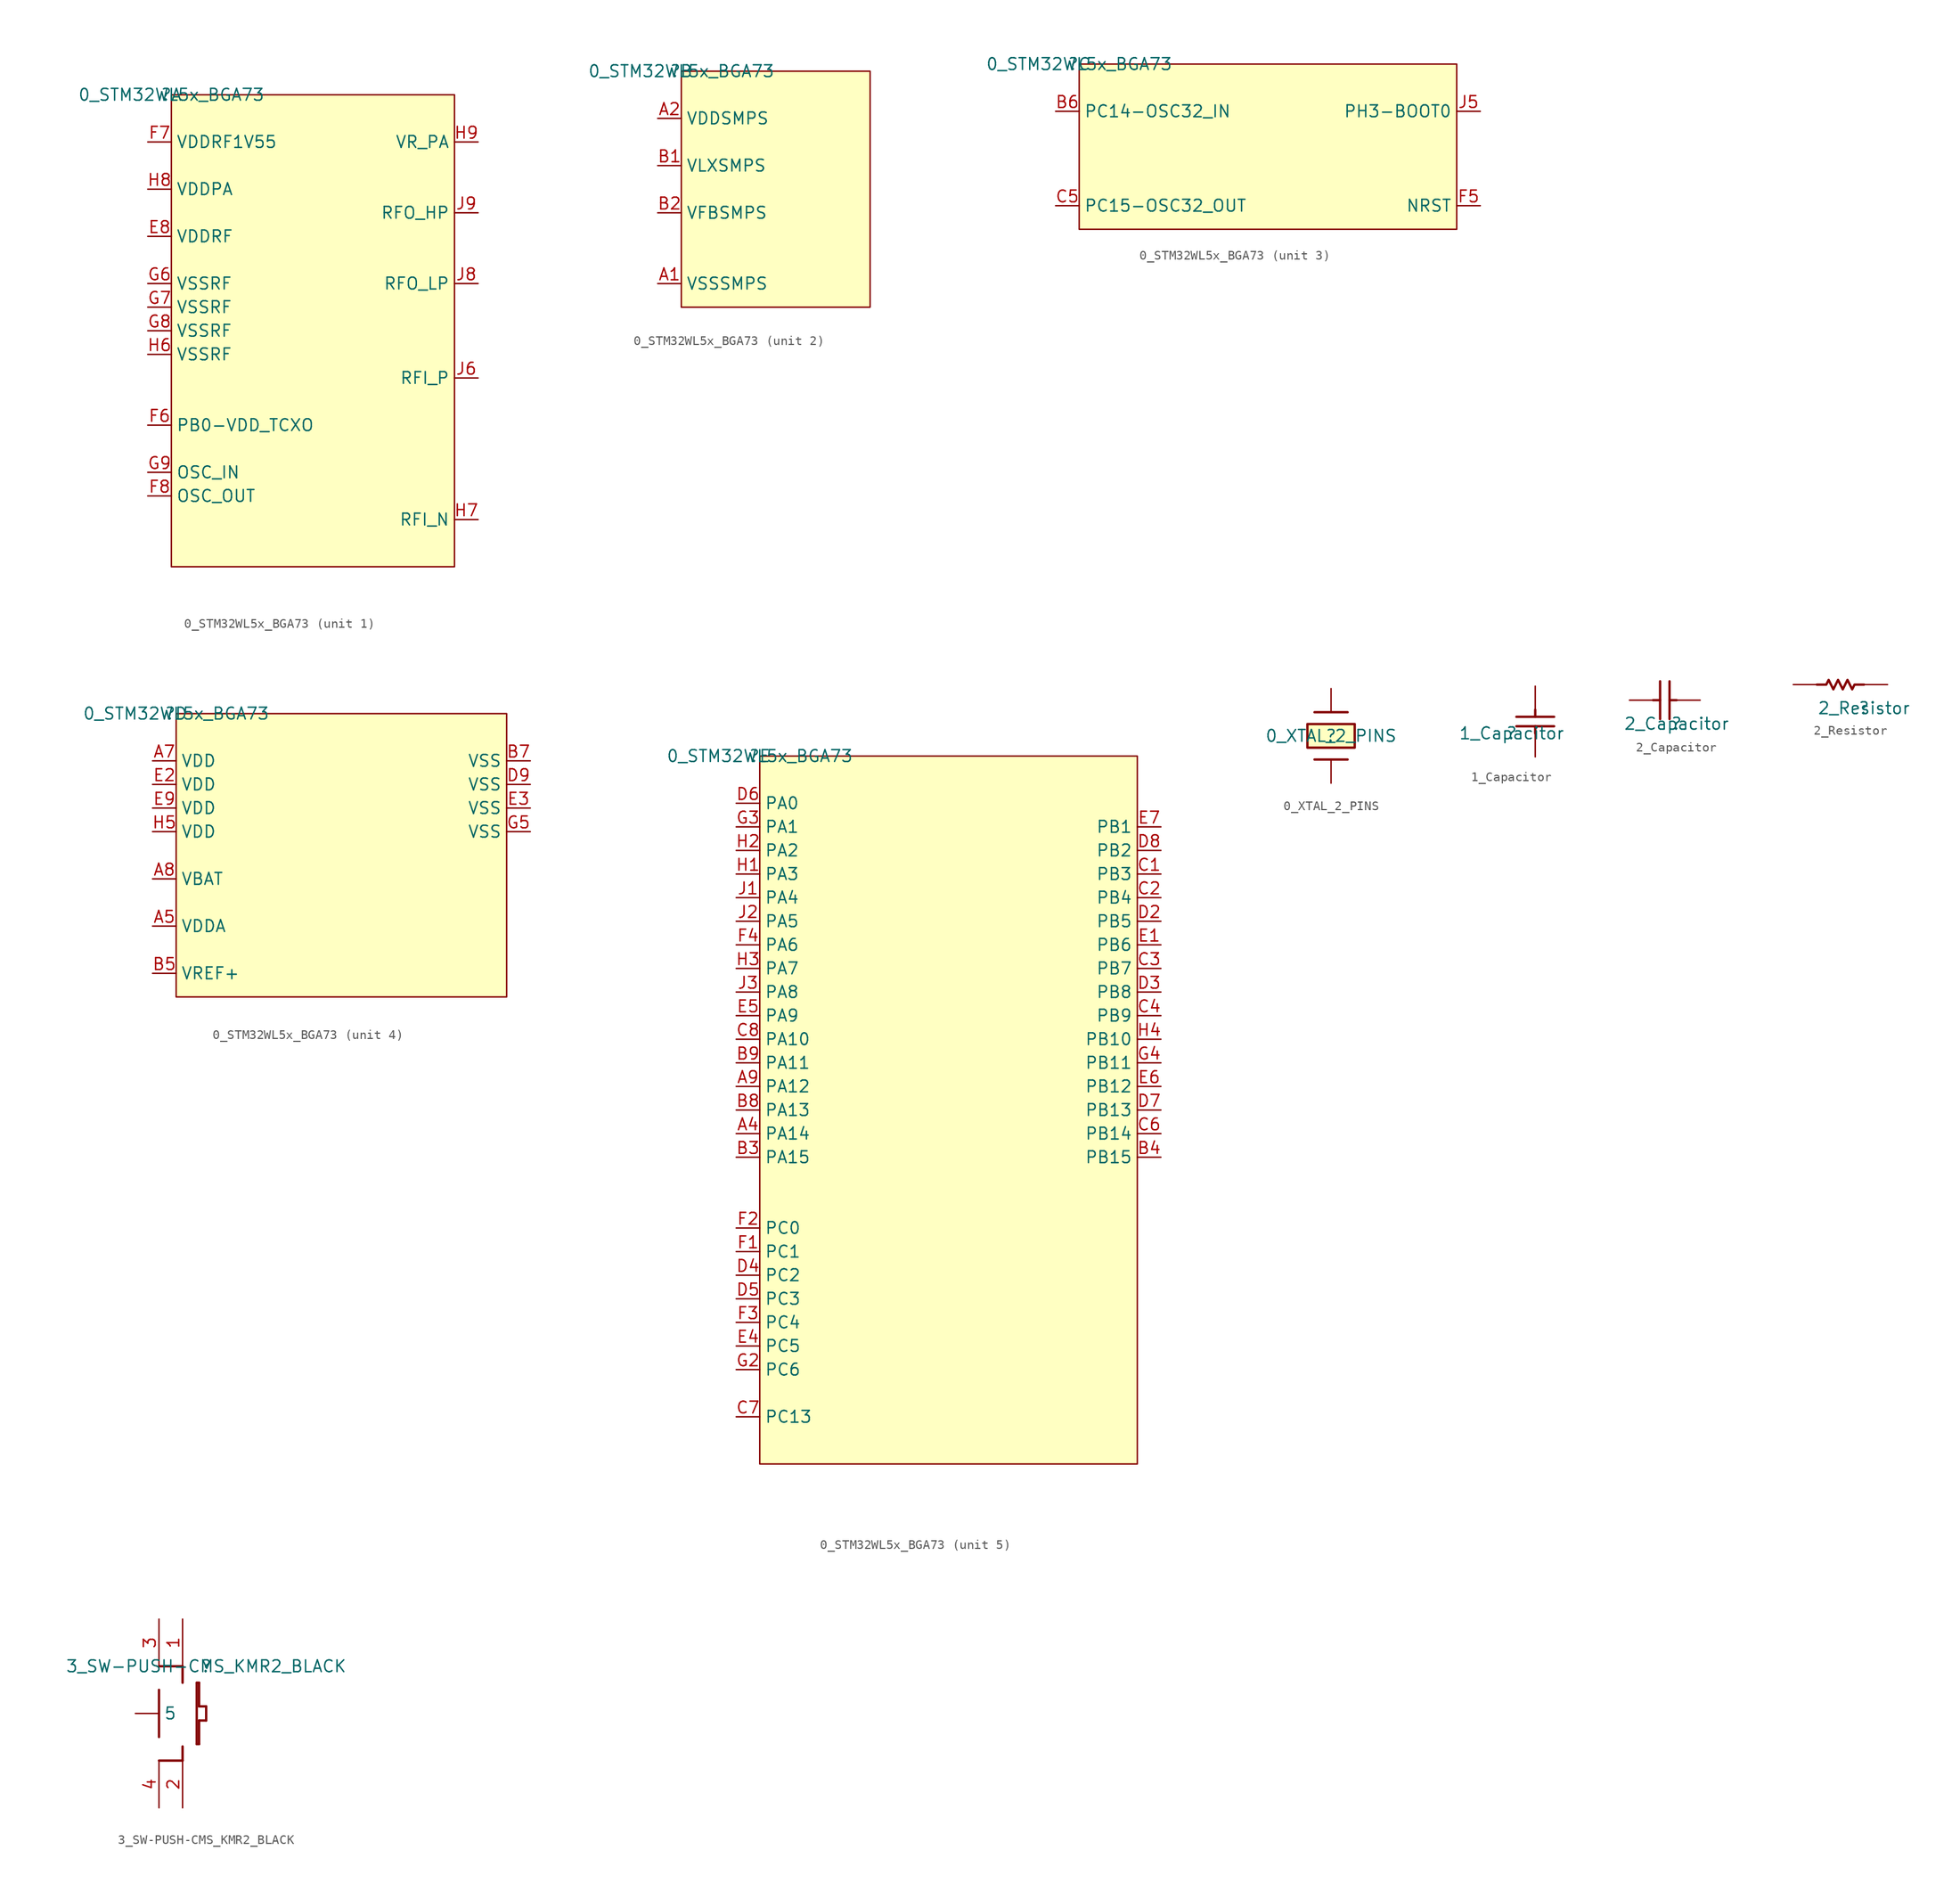
<source format=kicad_sym>
(kicad_symbol_lib
  (version 20211014)
  (generator kicad_symbol_editor)
  (symbol "0_STM32WL5x_BGA73"
    (property "Reference" ""
      (at 0 0 0)
      (effects (font (size 1.27 1.27))))
    (property "Value" "0_STM32WL5x_BGA73"
      (at 0 0 0)
      (effects (font (size 1.27 1.27))))
    (symbol "0_STM32WL5x_BGA73_1_0"
      (rectangle (start 30.48 0) (end 0 -50.8) (stroke (width 0) (type default) (color 0 0 0 0)) (fill (type background)))
      (pin passive line (at -2.54 -15.24 0) (length 2.54) (name "VDDRF" (effects (font (size 1.27 1.27)))) (number "E8" (effects (font (size 1.27 1.27)))))
      (pin passive line (at -2.54 -35.56 0) (length 2.54) (name "PB0-VDD_TCXO" (effects (font (size 1.27 1.27)))) (number "F6" (effects (font (size 1.27 1.27)))))
      (pin passive line (at -2.54 -5.08 0) (length 2.54) (name "VDDRF1V55" (effects (font (size 1.27 1.27)))) (number "F7" (effects (font (size 1.27 1.27)))))
      (pin passive line (at -2.54 -43.18 0) (length 2.54) (name "OSC_OUT" (effects (font (size 1.27 1.27)))) (number "F8" (effects (font (size 1.27 1.27)))))
      (pin passive line (at -2.54 -20.32 0) (length 2.54) (name "VSSRF" (effects (font (size 1.27 1.27)))) (number "G6" (effects (font (size 1.27 1.27)))))
      (pin passive line (at -2.54 -22.86 0) (length 2.54) (name "VSSRF" (effects (font (size 1.27 1.27)))) (number "G7" (effects (font (size 1.27 1.27)))))
      (pin passive line (at -2.54 -25.4 0) (length 2.54) (name "VSSRF" (effects (font (size 1.27 1.27)))) (number "G8" (effects (font (size 1.27 1.27)))))
      (pin passive line (at -2.54 -40.64 0) (length 2.54) (name "OSC_IN" (effects (font (size 1.27 1.27)))) (number "G9" (effects (font (size 1.27 1.27)))))
      (pin passive line (at -2.54 -27.94 0) (length 2.54) (name "VSSRF" (effects (font (size 1.27 1.27)))) (number "H6" (effects (font (size 1.27 1.27)))))
      (pin passive line (at 33.02 -45.72 180) (length 2.54) (name "RFI_N" (effects (font (size 1.27 1.27)))) (number "H7" (effects (font (size 1.27 1.27)))))
      (pin passive line (at -2.54 -10.16 0) (length 2.54) (name "VDDPA" (effects (font (size 1.27 1.27)))) (number "H8" (effects (font (size 1.27 1.27)))))
      (pin passive line (at 33.02 -5.08 180) (length 2.54) (name "VR_PA" (effects (font (size 1.27 1.27)))) (number "H9" (effects (font (size 1.27 1.27)))))
      (pin passive line (at 33.02 -30.48 180) (length 2.54) (name "RFI_P" (effects (font (size 1.27 1.27)))) (number "J6" (effects (font (size 1.27 1.27)))))
      (pin passive line (at 33.02 -20.32 180) (length 2.54) (name "RFO_LP" (effects (font (size 1.27 1.27)))) (number "J8" (effects (font (size 1.27 1.27)))))
      (pin passive line (at 33.02 -12.7 180) (length 2.54) (name "RFO_HP" (effects (font (size 1.27 1.27)))) (number "J9" (effects (font (size 1.27 1.27))))))
    (symbol "0_STM32WL5x_BGA73_2_0"
      (rectangle (start 20.32 0) (end 0 -25.4) (stroke (width 0) (type default) (color 0 0 0 0)) (fill (type background)))
      (pin passive line (at -2.54 -22.86 0) (length 2.54) (name "VSSSMPS" (effects (font (size 1.27 1.27)))) (number "A1" (effects (font (size 1.27 1.27)))))
      (pin passive line (at -2.54 -5.08 0) (length 2.54) (name "VDDSMPS" (effects (font (size 1.27 1.27)))) (number "A2" (effects (font (size 1.27 1.27)))))
      (pin passive line (at -2.54 -10.16 0) (length 2.54) (name "VLXSMPS" (effects (font (size 1.27 1.27)))) (number "B1" (effects (font (size 1.27 1.27)))))
      (pin passive line (at -2.54 -15.24 0) (length 2.54) (name "VFBSMPS" (effects (font (size 1.27 1.27)))) (number "B2" (effects (font (size 1.27 1.27))))))
    (symbol "0_STM32WL5x_BGA73_3_0"
      (rectangle (start 40.64 0) (end 0 -17.78) (stroke (width 0) (type default) (color 0 0 0 0)) (fill (type background)))
      (pin passive line (at -2.54 -5.08 0) (length 2.54) (name "PC14-OSC32_IN" (effects (font (size 1.27 1.27)))) (number "B6" (effects (font (size 1.27 1.27)))))
      (pin passive line (at -2.54 -15.24 0) (length 2.54) (name "PC15-OSC32_OUT" (effects (font (size 1.27 1.27)))) (number "C5" (effects (font (size 1.27 1.27)))))
      (pin passive line (at 43.18 -15.24 180) (length 2.54) (name "NRST" (effects (font (size 1.27 1.27)))) (number "F5" (effects (font (size 1.27 1.27)))))
      (pin passive line (at 43.18 -5.08 180) (length 2.54) (name "PH3-BOOT0" (effects (font (size 1.27 1.27)))) (number "J5" (effects (font (size 1.27 1.27))))))
    (symbol "0_STM32WL5x_BGA73_4_0"
      (rectangle (start 35.56 0) (end 0 -30.48) (stroke (width 0) (type default) (color 0 0 0 0)) (fill (type background)))
      (pin passive line (at -2.54 -22.86 0) (length 2.54) (name "VDDA" (effects (font (size 1.27 1.27)))) (number "A5" (effects (font (size 1.27 1.27)))))
      (pin passive line (at -2.54 -5.08 0) (length 2.54) (name "VDD" (effects (font (size 1.27 1.27)))) (number "A7" (effects (font (size 1.27 1.27)))))
      (pin passive line (at -2.54 -17.78 0) (length 2.54) (name "VBAT" (effects (font (size 1.27 1.27)))) (number "A8" (effects (font (size 1.27 1.27)))))
      (pin passive line (at -2.54 -27.94 0) (length 2.54) (name "VREF+" (effects (font (size 1.27 1.27)))) (number "B5" (effects (font (size 1.27 1.27)))))
      (pin passive line (at 38.1 -5.08 180) (length 2.54) (name "VSS" (effects (font (size 1.27 1.27)))) (number "B7" (effects (font (size 1.27 1.27)))))
      (pin passive line (at 38.1 -7.62 180) (length 2.54) (name "VSS" (effects (font (size 1.27 1.27)))) (number "D9" (effects (font (size 1.27 1.27)))))
      (pin passive line (at -2.54 -7.62 0) (length 2.54) (name "VDD" (effects (font (size 1.27 1.27)))) (number "E2" (effects (font (size 1.27 1.27)))))
      (pin passive line (at 38.1 -10.16 180) (length 2.54) (name "VSS" (effects (font (size 1.27 1.27)))) (number "E3" (effects (font (size 1.27 1.27)))))
      (pin passive line (at -2.54 -10.16 0) (length 2.54) (name "VDD" (effects (font (size 1.27 1.27)))) (number "E9" (effects (font (size 1.27 1.27)))))
      (pin passive line (at 38.1 -12.7 180) (length 2.54) (name "VSS" (effects (font (size 1.27 1.27)))) (number "G5" (effects (font (size 1.27 1.27)))))
      (pin passive line (at -2.54 -12.7 0) (length 2.54) (name "VDD" (effects (font (size 1.27 1.27)))) (number "H5" (effects (font (size 1.27 1.27))))))
    (symbol "0_STM32WL5x_BGA73_5_0"
      (rectangle (start 40.64 0) (end 0 -76.2) (stroke (width 0) (type default) (color 0 0 0 0)) (fill (type background)))
      (pin passive line (at -2.54 -40.64 0) (length 2.54) (name "PA14" (effects (font (size 1.27 1.27)))) (number "A4" (effects (font (size 1.27 1.27)))))
      (pin passive line (at -2.54 -35.56 0) (length 2.54) (name "PA12" (effects (font (size 1.27 1.27)))) (number "A9" (effects (font (size 1.27 1.27)))))
      (pin passive line (at -2.54 -43.18 0) (length 2.54) (name "PA15" (effects (font (size 1.27 1.27)))) (number "B3" (effects (font (size 1.27 1.27)))))
      (pin passive line (at 43.18 -43.18 180) (length 2.54) (name "PB15" (effects (font (size 1.27 1.27)))) (number "B4" (effects (font (size 1.27 1.27)))))
      (pin passive line (at -2.54 -38.1 0) (length 2.54) (name "PA13" (effects (font (size 1.27 1.27)))) (number "B8" (effects (font (size 1.27 1.27)))))
      (pin passive line (at -2.54 -33.02 0) (length 2.54) (name "PA11" (effects (font (size 1.27 1.27)))) (number "B9" (effects (font (size 1.27 1.27)))))
      (pin passive line (at 43.18 -12.7 180) (length 2.54) (name "PB3" (effects (font (size 1.27 1.27)))) (number "C1" (effects (font (size 1.27 1.27)))))
      (pin passive line (at 43.18 -15.24 180) (length 2.54) (name "PB4" (effects (font (size 1.27 1.27)))) (number "C2" (effects (font (size 1.27 1.27)))))
      (pin passive line (at 43.18 -22.86 180) (length 2.54) (name "PB7" (effects (font (size 1.27 1.27)))) (number "C3" (effects (font (size 1.27 1.27)))))
      (pin passive line (at 43.18 -27.94 180) (length 2.54) (name "PB9" (effects (font (size 1.27 1.27)))) (number "C4" (effects (font (size 1.27 1.27)))))
      (pin passive line (at 43.18 -40.64 180) (length 2.54) (name "PB14" (effects (font (size 1.27 1.27)))) (number "C6" (effects (font (size 1.27 1.27)))))
      (pin passive line (at -2.54 -71.12 0) (length 2.54) (name "PC13" (effects (font (size 1.27 1.27)))) (number "C7" (effects (font (size 1.27 1.27)))))
      (pin passive line (at -2.54 -30.48 0) (length 2.54) (name "PA10" (effects (font (size 1.27 1.27)))) (number "C8" (effects (font (size 1.27 1.27)))))
      (pin passive line (at 43.18 -17.78 180) (length 2.54) (name "PB5" (effects (font (size 1.27 1.27)))) (number "D2" (effects (font (size 1.27 1.27)))))
      (pin passive line (at 43.18 -25.4 180) (length 2.54) (name "PB8" (effects (font (size 1.27 1.27)))) (number "D3" (effects (font (size 1.27 1.27)))))
      (pin passive line (at -2.54 -55.88 0) (length 2.54) (name "PC2" (effects (font (size 1.27 1.27)))) (number "D4" (effects (font (size 1.27 1.27)))))
      (pin passive line (at -2.54 -58.42 0) (length 2.54) (name "PC3" (effects (font (size 1.27 1.27)))) (number "D5" (effects (font (size 1.27 1.27)))))
      (pin passive line (at -2.54 -5.08 0) (length 2.54) (name "PA0" (effects (font (size 1.27 1.27)))) (number "D6" (effects (font (size 1.27 1.27)))))
      (pin passive line (at 43.18 -38.1 180) (length 2.54) (name "PB13" (effects (font (size 1.27 1.27)))) (number "D7" (effects (font (size 1.27 1.27)))))
      (pin passive line (at 43.18 -10.16 180) (length 2.54) (name "PB2" (effects (font (size 1.27 1.27)))) (number "D8" (effects (font (size 1.27 1.27)))))
      (pin passive line (at 43.18 -20.32 180) (length 2.54) (name "PB6" (effects (font (size 1.27 1.27)))) (number "E1" (effects (font (size 1.27 1.27)))))
      (pin passive line (at -2.54 -63.5 0) (length 2.54) (name "PC5" (effects (font (size 1.27 1.27)))) (number "E4" (effects (font (size 1.27 1.27)))))
      (pin passive line (at -2.54 -27.94 0) (length 2.54) (name "PA9" (effects (font (size 1.27 1.27)))) (number "E5" (effects (font (size 1.27 1.27)))))
      (pin passive line (at 43.18 -35.56 180) (length 2.54) (name "PB12" (effects (font (size 1.27 1.27)))) (number "E6" (effects (font (size 1.27 1.27)))))
      (pin passive line (at 43.18 -7.62 180) (length 2.54) (name "PB1" (effects (font (size 1.27 1.27)))) (number "E7" (effects (font (size 1.27 1.27)))))
      (pin passive line (at -2.54 -53.34 0) (length 2.54) (name "PC1" (effects (font (size 1.27 1.27)))) (number "F1" (effects (font (size 1.27 1.27)))))
      (pin passive line (at -2.54 -50.8 0) (length 2.54) (name "PC0" (effects (font (size 1.27 1.27)))) (number "F2" (effects (font (size 1.27 1.27)))))
      (pin passive line (at -2.54 -60.96 0) (length 2.54) (name "PC4" (effects (font (size 1.27 1.27)))) (number "F3" (effects (font (size 1.27 1.27)))))
      (pin passive line (at -2.54 -20.32 0) (length 2.54) (name "PA6" (effects (font (size 1.27 1.27)))) (number "F4" (effects (font (size 1.27 1.27)))))
      (pin passive line (at -2.54 -66.04 0) (length 2.54) (name "PC6" (effects (font (size 1.27 1.27)))) (number "G2" (effects (font (size 1.27 1.27)))))
      (pin passive line (at -2.54 -7.62 0) (length 2.54) (name "PA1" (effects (font (size 1.27 1.27)))) (number "G3" (effects (font (size 1.27 1.27)))))
      (pin passive line (at 43.18 -33.02 180) (length 2.54) (name "PB11" (effects (font (size 1.27 1.27)))) (number "G4" (effects (font (size 1.27 1.27)))))
      (pin passive line (at -2.54 -12.7 0) (length 2.54) (name "PA3" (effects (font (size 1.27 1.27)))) (number "H1" (effects (font (size 1.27 1.27)))))
      (pin passive line (at -2.54 -10.16 0) (length 2.54) (name "PA2" (effects (font (size 1.27 1.27)))) (number "H2" (effects (font (size 1.27 1.27)))))
      (pin passive line (at -2.54 -22.86 0) (length 2.54) (name "PA7" (effects (font (size 1.27 1.27)))) (number "H3" (effects (font (size 1.27 1.27)))))
      (pin passive line (at 43.18 -30.48 180) (length 2.54) (name "PB10" (effects (font (size 1.27 1.27)))) (number "H4" (effects (font (size 1.27 1.27)))))
      (pin passive line (at -2.54 -15.24 0) (length 2.54) (name "PA4" (effects (font (size 1.27 1.27)))) (number "J1" (effects (font (size 1.27 1.27)))))
      (pin passive line (at -2.54 -17.78 0) (length 2.54) (name "PA5" (effects (font (size 1.27 1.27)))) (number "J2" (effects (font (size 1.27 1.27)))))
      (pin passive line (at -2.54 -25.4 0) (length 2.54) (name "PA8" (effects (font (size 1.27 1.27)))) (number "J3" (effects (font (size 1.27 1.27)))))))
  (symbol "0_XTAL_2_PINS"
    (property "Reference" ""
      (at 0 0 0)
      (effects (font (size 1.27 1.27))))
    (property "Value" "0_XTAL_2_PINS"
      (at 0 0 0)
      (effects (font (size 1.27 1.27))))
    (symbol "0_XTAL_2_PINS_1_0"
      (polyline (pts (xy 1.778 -2.54) (xy -1.778 -2.54)) (stroke (width 0.254) (type default) (color 0 0 0 0)) (fill (type none)))
      (polyline (pts (xy 1.778 2.54) (xy -1.778 2.54)) (stroke (width 0.254) (type default) (color 0 0 0 0)) (fill (type none)))
      (rectangle (start 2.54 1.27) (end -2.54 -1.27) (stroke (width 0.254) (type default) (color 0 0 0 0)) (fill (type background)))
      (pin passive line (at 0 -5.08 90) (length 2.54) (name "X1" (effects (font (size 0 0)))) (number "1" (effects (font (size 0 0)))))
      (pin passive line (at 0 5.08 270) (length 2.54) (name "X2" (effects (font (size 0 0)))) (number "2" (effects (font (size 0 0)))))))
  (symbol "1_Capacitor"
    (property "Reference" ""
      (at 0 0 0)
      (effects (font (size 1.27 1.27))))
    (property "Value" "1_Capacitor"
      (at 0 0 0)
      (effects (font (size 1.27 1.27))))
    (symbol "1_Capacitor_1_0"
      (polyline (pts (xy 0.508 1.778) (xy 4.572 1.778)) (stroke (width 0.254) (type default) (color 0 0 0 0)) (fill (type none)))
      (polyline (pts (xy 2.54 0) (xy 2.54 0.762)) (stroke (width 0.254) (type default) (color 0 0 0 0)) (fill (type none)))
      (polyline (pts (xy 2.54 2.54) (xy 2.54 1.778)) (stroke (width 0.254) (type default) (color 0 0 0 0)) (fill (type none)))
      (polyline (pts (xy 4.572 0.762) (xy 0.508 0.762)) (stroke (width 0.254) (type default) (color 0 0 0 0)) (fill (type none)))
      (pin passive line (at 2.54 -2.54 90) (length 2.54) (name "1" (effects (font (size 0 0)))) (number "1" (effects (font (size 0 0)))))
      (pin passive line (at 2.54 5.08 270) (length 2.54) (name "2" (effects (font (size 0 0)))) (number "2" (effects (font (size 0 0)))))))
  (symbol "2_Capacitor"
    (property "Reference" ""
      (at 0 0 0)
      (effects (font (size 1.27 1.27))))
    (property "Value" "2_Capacitor"
      (at 0 0 0)
      (effects (font (size 1.27 1.27))))
    (symbol "2_Capacitor_1_0"
      (polyline (pts (xy -2.54 2.54) (xy -1.778 2.54)) (stroke (width 0.254) (type default) (color 0 0 0 0)) (fill (type none)))
      (polyline (pts (xy -1.778 0.508) (xy -1.778 4.572)) (stroke (width 0.254) (type default) (color 0 0 0 0)) (fill (type none)))
      (polyline (pts (xy -0.762 4.572) (xy -0.762 0.508)) (stroke (width 0.254) (type default) (color 0 0 0 0)) (fill (type none)))
      (polyline (pts (xy 0 2.54) (xy -0.762 2.54)) (stroke (width 0.254) (type default) (color 0 0 0 0)) (fill (type none)))
      (pin passive line (at 2.54 2.54 180) (length 2.54) (name "1" (effects (font (size 0 0)))) (number "1" (effects (font (size 0 0)))))
      (pin passive line (at -5.08 2.54 0) (length 2.54) (name "2" (effects (font (size 0 0)))) (number "2" (effects (font (size 0 0)))))))
  (symbol "2_Resistor"
    (property "Reference" ""
      (at 0 0 0)
      (effects (font (size 1.27 1.27))))
    (property "Value" "2_Resistor"
      (at 0 0 0)
      (effects (font (size 1.27 1.27))))
    (symbol "2_Resistor_1_0"
      (polyline (pts (xy -5.08 2.54) (xy -4.064 2.54) (xy -3.81 3.048) (xy -3.302 2.032) (xy -2.794 3.048) (xy -2.286 2.032) (xy -1.778 3.048) (xy -1.27 2.032) (xy -1.016 2.54) (xy 0 2.54)) (stroke (width 0.254) (type default) (color 0 0 0 0)) (fill (type none)))
      (pin passive line (at 2.54 2.54 180) (length 2.54) (name "1" (effects (font (size 0 0)))) (number "1" (effects (font (size 0 0)))))
      (pin passive line (at -7.62 2.54 0) (length 2.54) (name "2" (effects (font (size 0 0)))) (number "2" (effects (font (size 0 0)))))))
  (symbol "3_SW-PUSH-CMS_KMR2_BLACK"
    (property "Reference" ""
      (at 0 0 0)
      (effects (font (size 1.27 1.27))))
    (property "Value" "3_SW-PUSH-CMS_KMR2_BLACK"
      (at 0 0 0)
      (effects (font (size 1.27 1.27))))
    (symbol "3_SW-PUSH-CMS_KMR2_BLACK_1_0"
      (polyline (pts (xy -5.08 -2.54) (xy -5.08 -7.62)) (stroke (width 0.254) (type default) (color 0 0 0 0)) (fill (type none)))
      (polyline (pts (xy -2.54 -10.16) (xy -5.08 -10.16)) (stroke (width 0.254) (type default) (color 0 0 0 0)) (fill (type none)))
      (polyline (pts (xy -2.54 -8.636) (xy -2.54 -10.16)) (stroke (width 0.254) (type default) (color 0 0 0 0)) (fill (type none)))
      (polyline (pts (xy -2.54 -1.778) (xy -2.54 0)) (stroke (width 0.254) (type default) (color 0 0 0 0)) (fill (type none)))
      (polyline (pts (xy -2.54 0) (xy -5.08 0)) (stroke (width 0.254) (type default) (color 0 0 0 0)) (fill (type none)))
      (polyline (pts (xy -1.016 -8.382) (xy -0.762 -8.382)) (stroke (width 0.254) (type default) (color 0 0 0 0)) (fill (type none)))
      (polyline (pts (xy -1.016 -1.778) (xy -1.016 -8.382)) (stroke (width 0.254) (type default) (color 0 0 0 0)) (fill (type none)))
      (polyline (pts (xy -0.762 -8.382) (xy -0.762 -5.842)) (stroke (width 0.254) (type default) (color 0 0 0 0)) (fill (type none)))
      (polyline (pts (xy -0.762 -5.842) (xy 0 -5.842)) (stroke (width 0.254) (type default) (color 0 0 0 0)) (fill (type none)))
      (polyline (pts (xy -0.762 -4.318) (xy -0.762 -1.778)) (stroke (width 0.254) (type default) (color 0 0 0 0)) (fill (type none)))
      (polyline (pts (xy -0.762 -1.778) (xy -1.016 -1.778)) (stroke (width 0.254) (type default) (color 0 0 0 0)) (fill (type none)))
      (polyline (pts (xy 0 -5.842) (xy 0 -4.318)) (stroke (width 0.254) (type default) (color 0 0 0 0)) (fill (type none)))
      (polyline (pts (xy 0 -4.318) (xy -0.762 -4.318)) (stroke (width 0.254) (type default) (color 0 0 0 0)) (fill (type none)))
      (pin passive line (at -2.54 5.08 270) (length 5.08) (name "1" (effects (font (size 0 0)))) (number "1" (effects (font (size 1.27 1.27)))))
      (pin passive line (at -2.54 -15.24 90) (length 5.08) (name "2" (effects (font (size 0 0)))) (number "2" (effects (font (size 1.27 1.27)))))
      (pin passive line (at -5.08 5.08 270) (length 5.08) (name "3" (effects (font (size 0 0)))) (number "3" (effects (font (size 1.27 1.27)))))
      (pin passive line (at -5.08 -15.24 90) (length 5.08) (name "4" (effects (font (size 0 0)))) (number "4" (effects (font (size 1.27 1.27)))))
      (pin passive line (at -7.62 -5.08 0) (length 2.54) (name "5" (effects (font (size 1.27 1.27)))) (number "5" (effects (font (size 0 0))))))))
</source>
